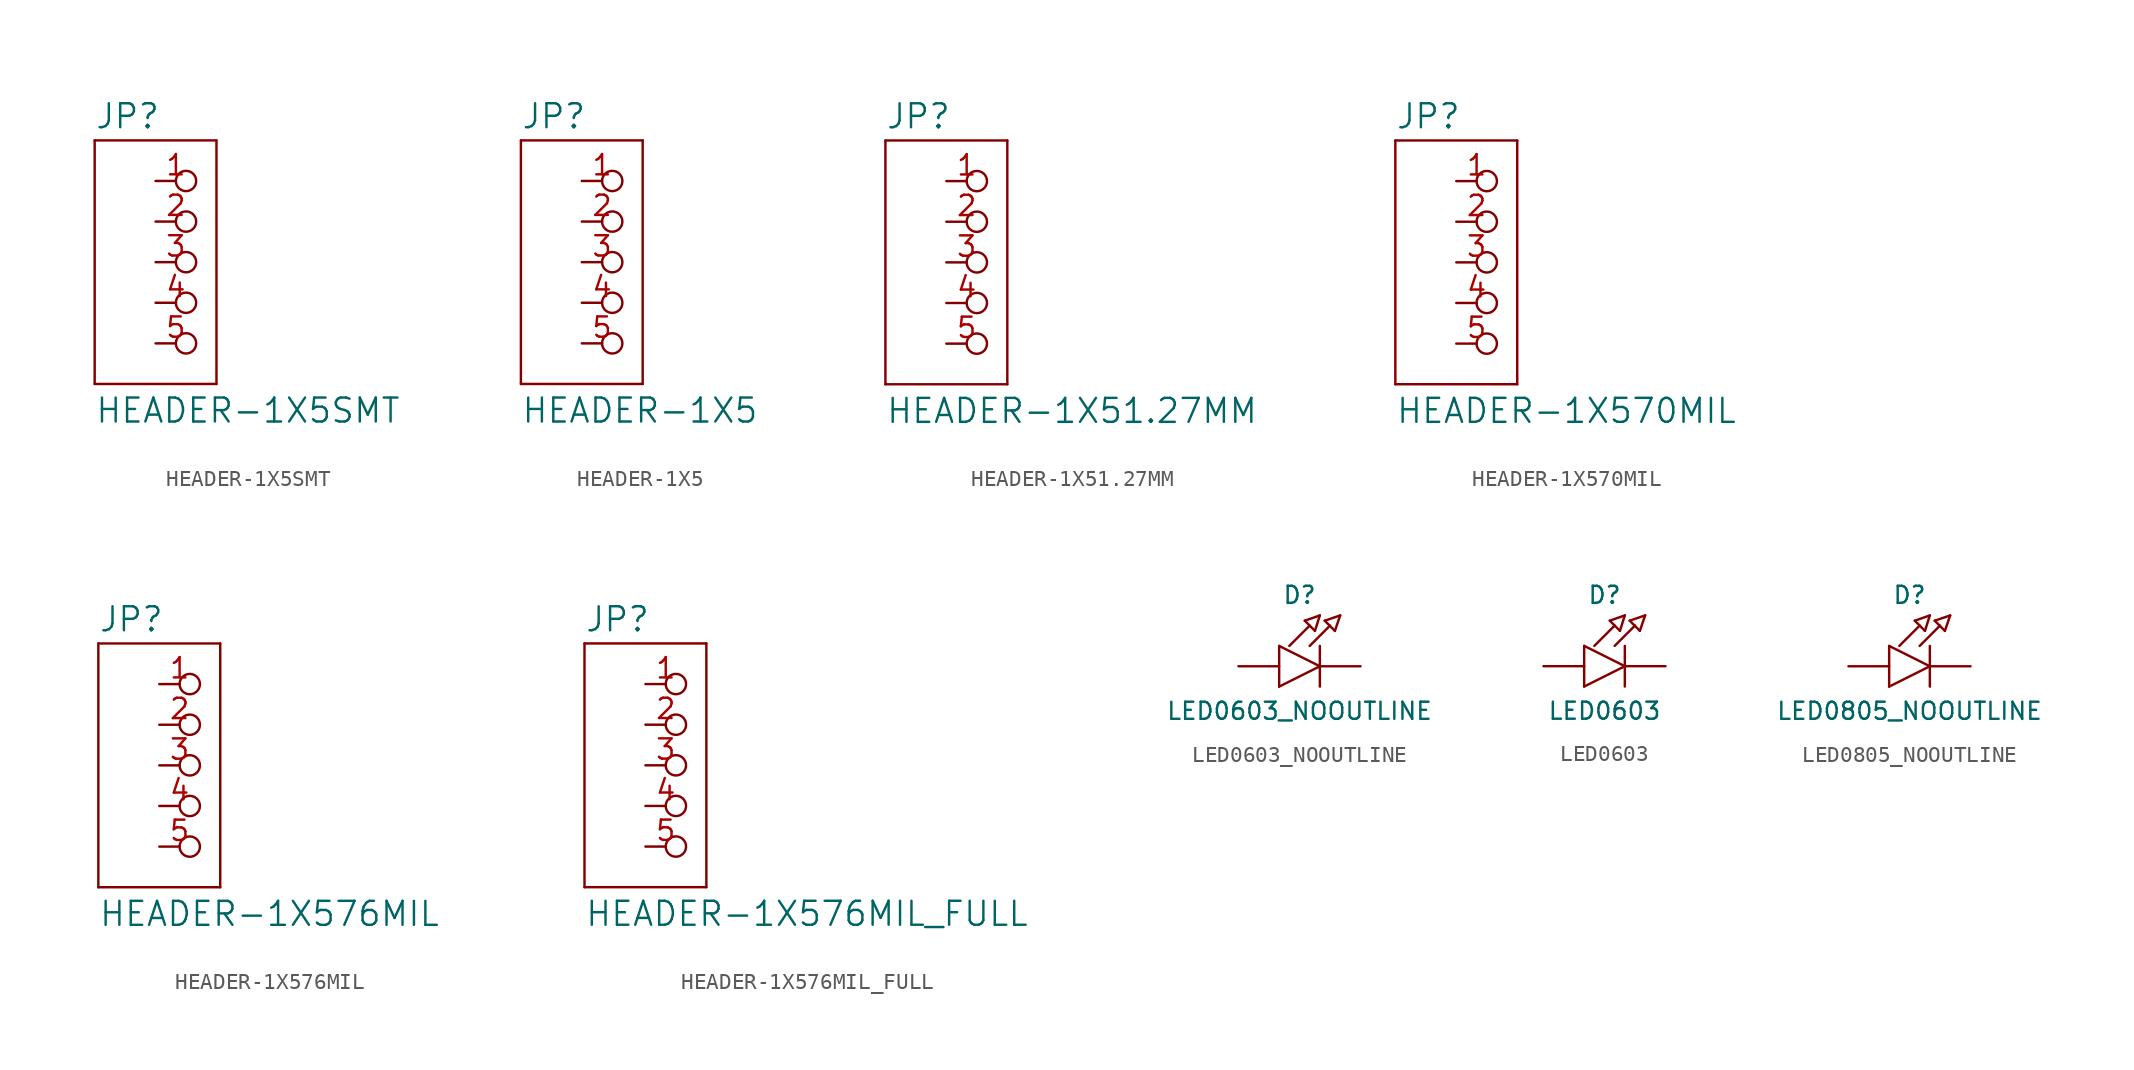
<source format=kicad_sym>
(kicad_symbol_lib
  (version 20211014)
  (generator kicad_symbol_editor)
  (symbol "HEADER-1X5SMT"
    (pin_names
      (offset 1.016))
    (property "Reference" "JP"
      (at -6.35 8.255 0)
      (effects (font (size 1.499 1.499)) (justify left bottom)))
    (property "Value" "HEADER-1X5SMT"
      (at -6.35 -10.16 0)
      (effects (font (size 1.499 1.499)) (justify left bottom)))
    (property "ki_locked" ""
      (at 0 0 0)
      (effects (font (size 1.27 1.27))))
    (symbol "HEADER-1X5SMT_1_0"
      (polyline (pts (xy -6.35 -7.62) (xy 1.27 -7.62)) (stroke (width 0) (type default) (color 0 0 0 0)) (fill (type none)))
      (polyline (pts (xy -6.35 7.62) (xy -6.35 -7.62)) (stroke (width 0) (type default) (color 0 0 0 0)) (fill (type none)))
      (polyline (pts (xy 1.27 -7.62) (xy 1.27 7.62)) (stroke (width 0) (type default) (color 0 0 0 0)) (fill (type none)))
      (polyline (pts (xy 1.27 7.62) (xy -6.35 7.62)) (stroke (width 0) (type default) (color 0 0 0 0)) (fill (type none)))
      (pin passive inverted (at -2.54 5.08 0) (length 2.54) (name "1" (effects (font (size 0 0)))) (number "1" (effects (font (size 1.27 1.27)))))
      (pin passive inverted (at -2.54 2.54 0) (length 2.54) (name "2" (effects (font (size 0 0)))) (number "2" (effects (font (size 1.27 1.27)))))
      (pin passive inverted (at -2.54 0 0) (length 2.54) (name "3" (effects (font (size 0 0)))) (number "3" (effects (font (size 1.27 1.27)))))
      (pin passive inverted (at -2.54 -2.54 0) (length 2.54) (name "4" (effects (font (size 0 0)))) (number "4" (effects (font (size 1.27 1.27)))))
      (pin passive inverted (at -2.54 -5.08 0) (length 2.54) (name "5" (effects (font (size 0 0)))) (number "5" (effects (font (size 1.27 1.27)))))))
  (symbol "HEADER-1X5"
    (pin_names
      (offset 1.016))
    (property "Reference" "JP"
      (at -6.35 8.255 0)
      (effects (font (size 1.499 1.499)) (justify left bottom)))
    (property "Value" "HEADER-1X5"
      (at -6.35 -10.16 0)
      (effects (font (size 1.499 1.499)) (justify left bottom)))
    (property "ki_locked" ""
      (at 0 0 0)
      (effects (font (size 1.27 1.27))))
    (symbol "HEADER-1X5_1_0"
      (polyline (pts (xy -6.35 -7.62) (xy 1.27 -7.62)) (stroke (width 0) (type default) (color 0 0 0 0)) (fill (type none)))
      (polyline (pts (xy -6.35 7.62) (xy -6.35 -7.62)) (stroke (width 0) (type default) (color 0 0 0 0)) (fill (type none)))
      (polyline (pts (xy 1.27 -7.62) (xy 1.27 7.62)) (stroke (width 0) (type default) (color 0 0 0 0)) (fill (type none)))
      (polyline (pts (xy 1.27 7.62) (xy -6.35 7.62)) (stroke (width 0) (type default) (color 0 0 0 0)) (fill (type none)))
      (pin passive inverted (at -2.54 5.08 0) (length 2.54) (name "1" (effects (font (size 0 0)))) (number "1" (effects (font (size 1.27 1.27)))))
      (pin passive inverted (at -2.54 2.54 0) (length 2.54) (name "2" (effects (font (size 0 0)))) (number "2" (effects (font (size 1.27 1.27)))))
      (pin passive inverted (at -2.54 0 0) (length 2.54) (name "3" (effects (font (size 0 0)))) (number "3" (effects (font (size 1.27 1.27)))))
      (pin passive inverted (at -2.54 -2.54 0) (length 2.54) (name "4" (effects (font (size 0 0)))) (number "4" (effects (font (size 1.27 1.27)))))
      (pin passive inverted (at -2.54 -5.08 0) (length 2.54) (name "5" (effects (font (size 0 0)))) (number "5" (effects (font (size 1.27 1.27)))))))
  (symbol "HEADER-1X51.27MM"
    (pin_names
      (offset 1.016))
    (property "Reference" "JP"
      (at -6.35 8.255 0)
      (effects (font (size 1.499 1.499)) (justify left bottom)))
    (property "Value" "HEADER-1X51.27MM"
      (at -6.35 -10.16 0)
      (effects (font (size 1.499 1.499)) (justify left bottom)))
    (property "ki_locked" ""
      (at 0 0 0)
      (effects (font (size 1.27 1.27))))
    (symbol "HEADER-1X51.27MM_1_0"
      (polyline (pts (xy -6.35 -7.62) (xy 1.27 -7.62)) (stroke (width 0) (type default) (color 0 0 0 0)) (fill (type none)))
      (polyline (pts (xy -6.35 7.62) (xy -6.35 -7.62)) (stroke (width 0) (type default) (color 0 0 0 0)) (fill (type none)))
      (polyline (pts (xy 1.27 -7.62) (xy 1.27 7.62)) (stroke (width 0) (type default) (color 0 0 0 0)) (fill (type none)))
      (polyline (pts (xy 1.27 7.62) (xy -6.35 7.62)) (stroke (width 0) (type default) (color 0 0 0 0)) (fill (type none)))
      (pin passive inverted (at -2.54 5.08 0) (length 2.54) (name "1" (effects (font (size 0 0)))) (number "1" (effects (font (size 1.27 1.27)))))
      (pin passive inverted (at -2.54 2.54 0) (length 2.54) (name "2" (effects (font (size 0 0)))) (number "2" (effects (font (size 1.27 1.27)))))
      (pin passive inverted (at -2.54 0 0) (length 2.54) (name "3" (effects (font (size 0 0)))) (number "3" (effects (font (size 1.27 1.27)))))
      (pin passive inverted (at -2.54 -2.54 0) (length 2.54) (name "4" (effects (font (size 0 0)))) (number "4" (effects (font (size 1.27 1.27)))))
      (pin passive inverted (at -2.54 -5.08 0) (length 2.54) (name "5" (effects (font (size 0 0)))) (number "5" (effects (font (size 1.27 1.27)))))))
  (symbol "HEADER-1X570MIL"
    (pin_names
      (offset 1.016))
    (property "Reference" "JP"
      (at -6.35 8.255 0)
      (effects (font (size 1.499 1.499)) (justify left bottom)))
    (property "Value" "HEADER-1X570MIL"
      (at -6.35 -10.16 0)
      (effects (font (size 1.499 1.499)) (justify left bottom)))
    (property "ki_locked" ""
      (at 0 0 0)
      (effects (font (size 1.27 1.27))))
    (symbol "HEADER-1X570MIL_1_0"
      (polyline (pts (xy -6.35 -7.62) (xy 1.27 -7.62)) (stroke (width 0) (type default) (color 0 0 0 0)) (fill (type none)))
      (polyline (pts (xy -6.35 7.62) (xy -6.35 -7.62)) (stroke (width 0) (type default) (color 0 0 0 0)) (fill (type none)))
      (polyline (pts (xy 1.27 -7.62) (xy 1.27 7.62)) (stroke (width 0) (type default) (color 0 0 0 0)) (fill (type none)))
      (polyline (pts (xy 1.27 7.62) (xy -6.35 7.62)) (stroke (width 0) (type default) (color 0 0 0 0)) (fill (type none)))
      (pin passive inverted (at -2.54 5.08 0) (length 2.54) (name "1" (effects (font (size 0 0)))) (number "1" (effects (font (size 1.27 1.27)))))
      (pin passive inverted (at -2.54 2.54 0) (length 2.54) (name "2" (effects (font (size 0 0)))) (number "2" (effects (font (size 1.27 1.27)))))
      (pin passive inverted (at -2.54 0 0) (length 2.54) (name "3" (effects (font (size 0 0)))) (number "3" (effects (font (size 1.27 1.27)))))
      (pin passive inverted (at -2.54 -2.54 0) (length 2.54) (name "4" (effects (font (size 0 0)))) (number "4" (effects (font (size 1.27 1.27)))))
      (pin passive inverted (at -2.54 -5.08 0) (length 2.54) (name "5" (effects (font (size 0 0)))) (number "5" (effects (font (size 1.27 1.27)))))))
  (symbol "HEADER-1X576MIL"
    (pin_names
      (offset 1.016))
    (property "Reference" "JP"
      (at -6.35 8.255 0)
      (effects (font (size 1.499 1.499)) (justify left bottom)))
    (property "Value" "HEADER-1X576MIL"
      (at -6.35 -10.16 0)
      (effects (font (size 1.499 1.499)) (justify left bottom)))
    (property "ki_locked" ""
      (at 0 0 0)
      (effects (font (size 1.27 1.27))))
    (symbol "HEADER-1X576MIL_1_0"
      (polyline (pts (xy -6.35 -7.62) (xy 1.27 -7.62)) (stroke (width 0) (type default) (color 0 0 0 0)) (fill (type none)))
      (polyline (pts (xy -6.35 7.62) (xy -6.35 -7.62)) (stroke (width 0) (type default) (color 0 0 0 0)) (fill (type none)))
      (polyline (pts (xy 1.27 -7.62) (xy 1.27 7.62)) (stroke (width 0) (type default) (color 0 0 0 0)) (fill (type none)))
      (polyline (pts (xy 1.27 7.62) (xy -6.35 7.62)) (stroke (width 0) (type default) (color 0 0 0 0)) (fill (type none)))
      (pin passive inverted (at -2.54 5.08 0) (length 2.54) (name "1" (effects (font (size 0 0)))) (number "1" (effects (font (size 1.27 1.27)))))
      (pin passive inverted (at -2.54 2.54 0) (length 2.54) (name "2" (effects (font (size 0 0)))) (number "2" (effects (font (size 1.27 1.27)))))
      (pin passive inverted (at -2.54 0 0) (length 2.54) (name "3" (effects (font (size 0 0)))) (number "3" (effects (font (size 1.27 1.27)))))
      (pin passive inverted (at -2.54 -2.54 0) (length 2.54) (name "4" (effects (font (size 0 0)))) (number "4" (effects (font (size 1.27 1.27)))))
      (pin passive inverted (at -2.54 -5.08 0) (length 2.54) (name "5" (effects (font (size 0 0)))) (number "5" (effects (font (size 1.27 1.27)))))))
  (symbol "HEADER-1X576MIL_FULL"
    (pin_names
      (offset 1.016))
    (property "Reference" "JP"
      (at -6.35 8.255 0)
      (effects (font (size 1.499 1.499)) (justify left bottom)))
    (property "Value" "HEADER-1X576MIL_FULL"
      (at -6.35 -10.16 0)
      (effects (font (size 1.499 1.499)) (justify left bottom)))
    (property "ki_locked" ""
      (at 0 0 0)
      (effects (font (size 1.27 1.27))))
    (symbol "HEADER-1X576MIL_FULL_1_0"
      (polyline (pts (xy -6.35 -7.62) (xy 1.27 -7.62)) (stroke (width 0) (type default) (color 0 0 0 0)) (fill (type none)))
      (polyline (pts (xy -6.35 7.62) (xy -6.35 -7.62)) (stroke (width 0) (type default) (color 0 0 0 0)) (fill (type none)))
      (polyline (pts (xy 1.27 -7.62) (xy 1.27 7.62)) (stroke (width 0) (type default) (color 0 0 0 0)) (fill (type none)))
      (polyline (pts (xy 1.27 7.62) (xy -6.35 7.62)) (stroke (width 0) (type default) (color 0 0 0 0)) (fill (type none)))
      (pin passive inverted (at -2.54 5.08 0) (length 2.54) (name "1" (effects (font (size 0 0)))) (number "1" (effects (font (size 1.27 1.27)))))
      (pin passive inverted (at -2.54 2.54 0) (length 2.54) (name "2" (effects (font (size 0 0)))) (number "2" (effects (font (size 1.27 1.27)))))
      (pin passive inverted (at -2.54 0 0) (length 2.54) (name "3" (effects (font (size 0 0)))) (number "3" (effects (font (size 1.27 1.27)))))
      (pin passive inverted (at -2.54 -2.54 0) (length 2.54) (name "4" (effects (font (size 0 0)))) (number "4" (effects (font (size 1.27 1.27)))))
      (pin passive inverted (at -2.54 -5.08 0) (length 2.54) (name "5" (effects (font (size 0 0)))) (number "5" (effects (font (size 1.27 1.27)))))))
  (symbol "LED0603_NOOUTLINE"
    (pin_names
      (offset 1.016))
    (property "Reference" "D"
      (at -1.27 4.445 0)
      (effects (font (size 1.067 1.067))))
    (property "Value" "LED0603_NOOUTLINE"
      (at -1.27 -2.794 0)
      (effects (font (size 1.067 1.067))))
    (property "ki_locked" ""
      (at 0 0 0)
      (effects (font (size 1.27 1.27))))
    (symbol "LED0603_NOOUTLINE_1_0"
      (polyline (pts (xy -2.54 -1.27) (xy 0 0)) (stroke (width 0) (type default) (color 0 0 0 0)) (fill (type none)))
      (polyline (pts (xy -2.54 1.27) (xy -2.54 -1.27)) (stroke (width 0) (type default) (color 0 0 0 0)) (fill (type none)))
      (polyline (pts (xy -1.905 1.27) (xy -0.635 2.54)) (stroke (width 0) (type default) (color 0 0 0 0)) (fill (type none)))
      (polyline (pts (xy -0.94 2.845) (xy -0.305 2.21)) (stroke (width 0) (type default) (color 0 0 0 0)) (fill (type none)))
      (polyline (pts (xy -0.635 1.27) (xy 0.635 2.54)) (stroke (width 0) (type default) (color 0 0 0 0)) (fill (type none)))
      (polyline (pts (xy -0.305 2.21) (xy 0 3.175)) (stroke (width 0) (type default) (color 0 0 0 0)) (fill (type none)))
      (polyline (pts (xy 0 0) (xy -2.54 1.27)) (stroke (width 0) (type default) (color 0 0 0 0)) (fill (type none)))
      (polyline (pts (xy 0 0) (xy 0 -1.27)) (stroke (width 0) (type default) (color 0 0 0 0)) (fill (type none)))
      (polyline (pts (xy 0 1.27) (xy 0 0)) (stroke (width 0) (type default) (color 0 0 0 0)) (fill (type none)))
      (polyline (pts (xy 0 3.175) (xy -0.94 2.845)) (stroke (width 0) (type default) (color 0 0 0 0)) (fill (type none)))
      (polyline (pts (xy 0.305 2.845) (xy 0.94 2.21)) (stroke (width 0) (type default) (color 0 0 0 0)) (fill (type none)))
      (polyline (pts (xy 0.94 2.21) (xy 1.27 3.175)) (stroke (width 0) (type default) (color 0 0 0 0)) (fill (type none)))
      (polyline (pts (xy 1.27 3.175) (xy 0.305 2.845)) (stroke (width 0) (type default) (color 0 0 0 0)) (fill (type none)))
      (pin passive line (at -5.08 0 0) (length 2.54) (name "A" (effects (font (size 0 0)))) (number "A" (effects (font (size 0 0)))))
      (pin passive line (at 2.54 0 180) (length 2.54) (name "C" (effects (font (size 0 0)))) (number "C" (effects (font (size 0 0)))))))
  (symbol "LED0603"
    (pin_names
      (offset 1.016))
    (property "Reference" "D"
      (at -1.27 4.445 0)
      (effects (font (size 1.067 1.067))))
    (property "Value" "LED0603"
      (at -1.27 -2.794 0)
      (effects (font (size 1.067 1.067))))
    (property "ki_locked" ""
      (at 0 0 0)
      (effects (font (size 1.27 1.27))))
    (symbol "LED0603_1_0"
      (polyline (pts (xy -2.54 -1.27) (xy 0 0)) (stroke (width 0) (type default) (color 0 0 0 0)) (fill (type none)))
      (polyline (pts (xy -2.54 1.27) (xy -2.54 -1.27)) (stroke (width 0) (type default) (color 0 0 0 0)) (fill (type none)))
      (polyline (pts (xy -1.905 1.27) (xy -0.635 2.54)) (stroke (width 0) (type default) (color 0 0 0 0)) (fill (type none)))
      (polyline (pts (xy -0.94 2.845) (xy -0.305 2.21)) (stroke (width 0) (type default) (color 0 0 0 0)) (fill (type none)))
      (polyline (pts (xy -0.635 1.27) (xy 0.635 2.54)) (stroke (width 0) (type default) (color 0 0 0 0)) (fill (type none)))
      (polyline (pts (xy -0.305 2.21) (xy 0 3.175)) (stroke (width 0) (type default) (color 0 0 0 0)) (fill (type none)))
      (polyline (pts (xy 0 0) (xy -2.54 1.27)) (stroke (width 0) (type default) (color 0 0 0 0)) (fill (type none)))
      (polyline (pts (xy 0 0) (xy 0 -1.27)) (stroke (width 0) (type default) (color 0 0 0 0)) (fill (type none)))
      (polyline (pts (xy 0 1.27) (xy 0 0)) (stroke (width 0) (type default) (color 0 0 0 0)) (fill (type none)))
      (polyline (pts (xy 0 3.175) (xy -0.94 2.845)) (stroke (width 0) (type default) (color 0 0 0 0)) (fill (type none)))
      (polyline (pts (xy 0.305 2.845) (xy 0.94 2.21)) (stroke (width 0) (type default) (color 0 0 0 0)) (fill (type none)))
      (polyline (pts (xy 0.94 2.21) (xy 1.27 3.175)) (stroke (width 0) (type default) (color 0 0 0 0)) (fill (type none)))
      (polyline (pts (xy 1.27 3.175) (xy 0.305 2.845)) (stroke (width 0) (type default) (color 0 0 0 0)) (fill (type none)))
      (pin passive line (at -5.08 0 0) (length 2.54) (name "A" (effects (font (size 0 0)))) (number "A" (effects (font (size 0 0)))))
      (pin passive line (at 2.54 0 180) (length 2.54) (name "C" (effects (font (size 0 0)))) (number "C" (effects (font (size 0 0)))))))
  (symbol "LED0805_NOOUTLINE"
    (pin_names
      (offset 1.016))
    (property "Reference" "D"
      (at -1.27 4.445 0)
      (effects (font (size 1.067 1.067))))
    (property "Value" "LED0805_NOOUTLINE"
      (at -1.27 -2.794 0)
      (effects (font (size 1.067 1.067))))
    (property "ki_locked" ""
      (at 0 0 0)
      (effects (font (size 1.27 1.27))))
    (symbol "LED0805_NOOUTLINE_1_0"
      (polyline (pts (xy -2.54 -1.27) (xy 0 0)) (stroke (width 0) (type default) (color 0 0 0 0)) (fill (type none)))
      (polyline (pts (xy -2.54 1.27) (xy -2.54 -1.27)) (stroke (width 0) (type default) (color 0 0 0 0)) (fill (type none)))
      (polyline (pts (xy -1.905 1.27) (xy -0.635 2.54)) (stroke (width 0) (type default) (color 0 0 0 0)) (fill (type none)))
      (polyline (pts (xy -0.94 2.845) (xy -0.305 2.21)) (stroke (width 0) (type default) (color 0 0 0 0)) (fill (type none)))
      (polyline (pts (xy -0.635 1.27) (xy 0.635 2.54)) (stroke (width 0) (type default) (color 0 0 0 0)) (fill (type none)))
      (polyline (pts (xy -0.305 2.21) (xy 0 3.175)) (stroke (width 0) (type default) (color 0 0 0 0)) (fill (type none)))
      (polyline (pts (xy 0 0) (xy -2.54 1.27)) (stroke (width 0) (type default) (color 0 0 0 0)) (fill (type none)))
      (polyline (pts (xy 0 0) (xy 0 -1.27)) (stroke (width 0) (type default) (color 0 0 0 0)) (fill (type none)))
      (polyline (pts (xy 0 1.27) (xy 0 0)) (stroke (width 0) (type default) (color 0 0 0 0)) (fill (type none)))
      (polyline (pts (xy 0 3.175) (xy -0.94 2.845)) (stroke (width 0) (type default) (color 0 0 0 0)) (fill (type none)))
      (polyline (pts (xy 0.305 2.845) (xy 0.94 2.21)) (stroke (width 0) (type default) (color 0 0 0 0)) (fill (type none)))
      (polyline (pts (xy 0.94 2.21) (xy 1.27 3.175)) (stroke (width 0) (type default) (color 0 0 0 0)) (fill (type none)))
      (polyline (pts (xy 1.27 3.175) (xy 0.305 2.845)) (stroke (width 0) (type default) (color 0 0 0 0)) (fill (type none)))
      (pin passive line (at -5.08 0 0) (length 2.54) (name "A" (effects (font (size 0 0)))) (number "A" (effects (font (size 0 0)))))
      (pin passive line (at 2.54 0 180) (length 2.54) (name "C" (effects (font (size 0 0)))) (number "C" (effects (font (size 0 0))))))))
</source>
